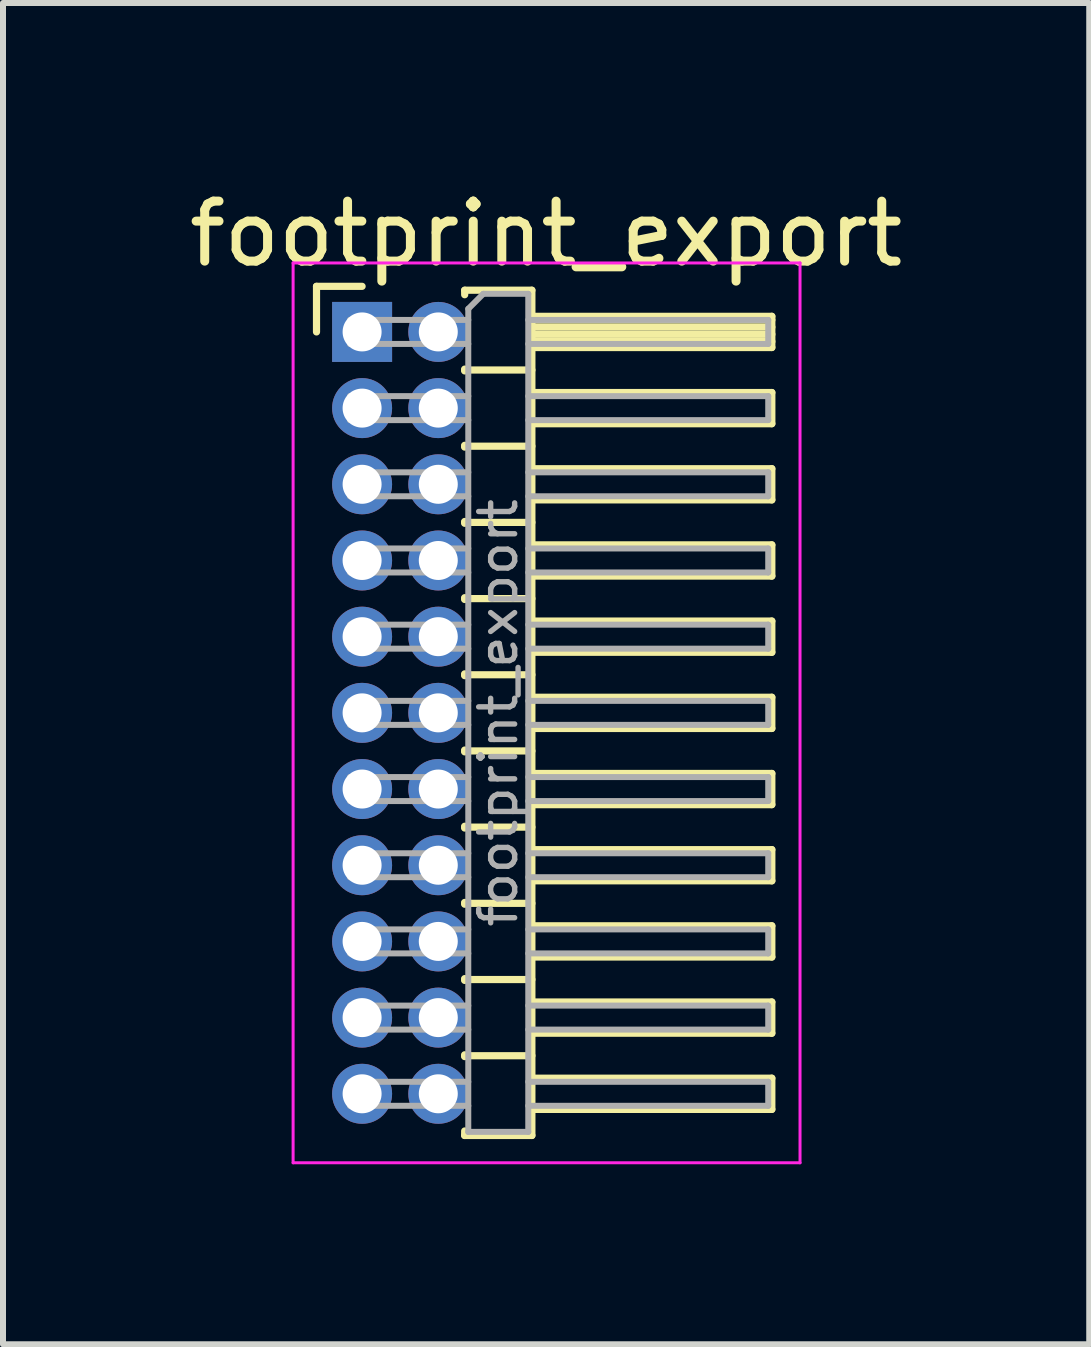
<source format=kicad_pcb>
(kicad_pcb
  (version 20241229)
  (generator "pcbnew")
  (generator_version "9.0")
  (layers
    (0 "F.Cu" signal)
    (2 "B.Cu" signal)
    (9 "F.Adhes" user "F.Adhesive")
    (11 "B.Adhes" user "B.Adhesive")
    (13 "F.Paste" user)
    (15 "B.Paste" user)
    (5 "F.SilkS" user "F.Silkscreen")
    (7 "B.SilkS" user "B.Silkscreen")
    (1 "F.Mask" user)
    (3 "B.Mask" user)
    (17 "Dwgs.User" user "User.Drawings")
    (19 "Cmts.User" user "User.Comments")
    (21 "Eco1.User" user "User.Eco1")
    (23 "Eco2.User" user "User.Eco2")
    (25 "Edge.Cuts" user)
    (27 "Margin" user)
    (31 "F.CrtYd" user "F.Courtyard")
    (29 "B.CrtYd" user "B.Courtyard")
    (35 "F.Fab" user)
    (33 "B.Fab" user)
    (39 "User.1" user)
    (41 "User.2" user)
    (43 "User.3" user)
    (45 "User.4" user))
  (footprint "footprint_export"
    (layer "F.Cu")
    (at 2.986 2.483)
    (property "Reference" "footprint_export" (at 3.067 -1.635 0) (layer "F.SilkS") (effects (font (size 1 1) (thickness 0.15))))
    (attr through_hole)
    (fp_line (start -0.76 -0.76) (end 0 -0.76) (stroke (width 0.12) (type solid)) (layer "F.SilkS"))
    (fp_line (start -0.76 0) (end -0.76 -0.76) (stroke (width 0.12) (type solid)) (layer "F.SilkS"))
    (fp_line (start 1.71 -0.695) (end 2.83 -0.695) (stroke (width 0.12) (type solid)) (layer "F.SilkS"))
    (fp_line (start 1.71 -0.62) (end 1.71 -0.695) (stroke (width 0.12) (type solid)) (layer "F.SilkS"))
    (fp_line (start 1.71 0.62) (end 1.71 0.65) (stroke (width 0.12) (type solid)) (layer "F.SilkS"))
    (fp_line (start 1.71 0.635) (end 2.83 0.635) (stroke (width 0.12) (type solid)) (layer "F.SilkS"))
    (fp_line (start 1.71 1.89) (end 1.71 1.92) (stroke (width 0.12) (type solid)) (layer "F.SilkS"))
    (fp_line (start 1.71 1.905) (end 2.83 1.905) (stroke (width 0.12) (type solid)) (layer "F.SilkS"))
    (fp_line (start 1.71 3.16) (end 1.71 3.19) (stroke (width 0.12) (type solid)) (layer "F.SilkS"))
    (fp_line (start 1.71 3.175) (end 2.83 3.175) (stroke (width 0.12) (type solid)) (layer "F.SilkS"))
    (fp_line (start 1.71 4.43) (end 1.71 4.46) (stroke (width 0.12) (type solid)) (layer "F.SilkS"))
    (fp_line (start 1.71 4.445) (end 2.83 4.445) (stroke (width 0.12) (type solid)) (layer "F.SilkS"))
    (fp_line (start 1.71 5.7) (end 1.71 5.73) (stroke (width 0.12) (type solid)) (layer "F.SilkS"))
    (fp_line (start 1.71 5.715) (end 2.83 5.715) (stroke (width 0.12) (type solid)) (layer "F.SilkS"))
    (fp_line (start 1.71 6.97) (end 1.71 7) (stroke (width 0.12) (type solid)) (layer "F.SilkS"))
    (fp_line (start 1.71 6.985) (end 2.83 6.985) (stroke (width 0.12) (type solid)) (layer "F.SilkS"))
    (fp_line (start 1.71 8.24) (end 1.71 8.27) (stroke (width 0.12) (type solid)) (layer "F.SilkS"))
    (fp_line (start 1.71 8.255) (end 2.83 8.255) (stroke (width 0.12) (type solid)) (layer "F.SilkS"))
    (fp_line (start 1.71 9.51) (end 1.71 9.54) (stroke (width 0.12) (type solid)) (layer "F.SilkS"))
    (fp_line (start 1.71 9.525) (end 2.83 9.525) (stroke (width 0.12) (type solid)) (layer "F.SilkS"))
    (fp_line (start 1.71 10.78) (end 1.71 10.81) (stroke (width 0.12) (type solid)) (layer "F.SilkS"))
    (fp_line (start 1.71 10.795) (end 2.83 10.795) (stroke (width 0.12) (type solid)) (layer "F.SilkS"))
    (fp_line (start 1.71 12.05) (end 1.71 12.08) (stroke (width 0.12) (type solid)) (layer "F.SilkS"))
    (fp_line (start 1.71 12.065) (end 2.83 12.065) (stroke (width 0.12) (type solid)) (layer "F.SilkS"))
    (fp_line (start 1.71 13.395) (end 1.71 13.32) (stroke (width 0.12) (type solid)) (layer "F.SilkS"))
    (fp_line (start 2.83 -0.695) (end 2.83 13.395) (stroke (width 0.12) (type solid)) (layer "F.SilkS"))
    (fp_line (start 2.83 -0.26) (end 6.83 -0.26) (stroke (width 0.12) (type solid)) (layer "F.SilkS"))
    (fp_line (start 2.83 -0.2) (end 6.83 -0.2) (stroke (width 0.12) (type solid)) (layer "F.SilkS"))
    (fp_line (start 2.83 -0.08) (end 6.83 -0.08) (stroke (width 0.12) (type solid)) (layer "F.SilkS"))
    (fp_line (start 2.83 0.04) (end 6.83 0.04) (stroke (width 0.12) (type solid)) (layer "F.SilkS"))
    (fp_line (start 2.83 0.16) (end 6.83 0.16) (stroke (width 0.12) (type solid)) (layer "F.SilkS"))
    (fp_line (start 2.83 1.01) (end 6.83 1.01) (stroke (width 0.12) (type solid)) (layer "F.SilkS"))
    (fp_line (start 2.83 2.28) (end 6.83 2.28) (stroke (width 0.12) (type solid)) (layer "F.SilkS"))
    (fp_line (start 2.83 3.55) (end 6.83 3.55) (stroke (width 0.12) (type solid)) (layer "F.SilkS"))
    (fp_line (start 2.83 4.82) (end 6.83 4.82) (stroke (width 0.12) (type solid)) (layer "F.SilkS"))
    (fp_line (start 2.83 6.09) (end 6.83 6.09) (stroke (width 0.12) (type solid)) (layer "F.SilkS"))
    (fp_line (start 2.83 7.36) (end 6.83 7.36) (stroke (width 0.12) (type solid)) (layer "F.SilkS"))
    (fp_line (start 2.83 8.63) (end 6.83 8.63) (stroke (width 0.12) (type solid)) (layer "F.SilkS"))
    (fp_line (start 2.83 9.9) (end 6.83 9.9) (stroke (width 0.12) (type solid)) (layer "F.SilkS"))
    (fp_line (start 2.83 11.17) (end 6.83 11.17) (stroke (width 0.12) (type solid)) (layer "F.SilkS"))
    (fp_line (start 2.83 12.44) (end 6.83 12.44) (stroke (width 0.12) (type solid)) (layer "F.SilkS"))
    (fp_line (start 2.83 13.395) (end 1.71 13.395) (stroke (width 0.12) (type solid)) (layer "F.SilkS"))
    (fp_line (start 6.83 -0.26) (end 6.83 0.26) (stroke (width 0.12) (type solid)) (layer "F.SilkS"))
    (fp_line (start 6.83 0.26) (end 2.83 0.26) (stroke (width 0.12) (type solid)) (layer "F.SilkS"))
    (fp_line (start 6.83 1.01) (end 6.83 1.53) (stroke (width 0.12) (type solid)) (layer "F.SilkS"))
    (fp_line (start 6.83 1.53) (end 2.83 1.53) (stroke (width 0.12) (type solid)) (layer "F.SilkS"))
    (fp_line (start 6.83 2.28) (end 6.83 2.8) (stroke (width 0.12) (type solid)) (layer "F.SilkS"))
    (fp_line (start 6.83 2.8) (end 2.83 2.8) (stroke (width 0.12) (type solid)) (layer "F.SilkS"))
    (fp_line (start 6.83 3.55) (end 6.83 4.07) (stroke (width 0.12) (type solid)) (layer "F.SilkS"))
    (fp_line (start 6.83 4.07) (end 2.83 4.07) (stroke (width 0.12) (type solid)) (layer "F.SilkS"))
    (fp_line (start 6.83 4.82) (end 6.83 5.34) (stroke (width 0.12) (type solid)) (layer "F.SilkS"))
    (fp_line (start 6.83 5.34) (end 2.83 5.34) (stroke (width 0.12) (type solid)) (layer "F.SilkS"))
    (fp_line (start 6.83 6.09) (end 6.83 6.61) (stroke (width 0.12) (type solid)) (layer "F.SilkS"))
    (fp_line (start 6.83 6.61) (end 2.83 6.61) (stroke (width 0.12) (type solid)) (layer "F.SilkS"))
    (fp_line (start 6.83 7.36) (end 6.83 7.88) (stroke (width 0.12) (type solid)) (layer "F.SilkS"))
    (fp_line (start 6.83 7.88) (end 2.83 7.88) (stroke (width 0.12) (type solid)) (layer "F.SilkS"))
    (fp_line (start 6.83 8.63) (end 6.83 9.15) (stroke (width 0.12) (type solid)) (layer "F.SilkS"))
    (fp_line (start 6.83 9.15) (end 2.83 9.15) (stroke (width 0.12) (type solid)) (layer "F.SilkS"))
    (fp_line (start 6.83 9.9) (end 6.83 10.42) (stroke (width 0.12) (type solid)) (layer "F.SilkS"))
    (fp_line (start 6.83 10.42) (end 2.83 10.42) (stroke (width 0.12) (type solid)) (layer "F.SilkS"))
    (fp_line (start 6.83 11.17) (end 6.83 11.69) (stroke (width 0.12) (type solid)) (layer "F.SilkS"))
    (fp_line (start 6.83 11.69) (end 2.83 11.69) (stroke (width 0.12) (type solid)) (layer "F.SilkS"))
    (fp_line (start 6.83 12.44) (end 6.83 12.96) (stroke (width 0.12) (type solid)) (layer "F.SilkS"))
    (fp_line (start 6.83 12.96) (end 2.83 12.96) (stroke (width 0.12) (type solid)) (layer "F.SilkS"))
    (fp_line (start -1.15 -1.15) (end -1.15 13.85) (stroke (width 0.05) (type solid)) (layer "F.CrtYd"))
    (fp_line (start -1.15 13.85) (end 7.3 13.85) (stroke (width 0.05) (type solid)) (layer "F.CrtYd"))
    (fp_line (start 7.3 -1.15) (end -1.15 -1.15) (stroke (width 0.05) (type solid)) (layer "F.CrtYd"))
    (fp_line (start 7.3 13.85) (end 7.3 -1.15) (stroke (width 0.05) (type solid)) (layer "F.CrtYd"))
    (fp_line (start -0.2 -0.2) (end -0.2 0.2) (stroke (width 0.1) (type solid)) (layer "F.Fab"))
    (fp_line (start -0.2 -0.2) (end 1.77 -0.2) (stroke (width 0.1) (type solid)) (layer "F.Fab"))
    (fp_line (start -0.2 0.2) (end 1.77 0.2) (stroke (width 0.1) (type solid)) (layer "F.Fab"))
    (fp_line (start -0.2 1.07) (end -0.2 1.47) (stroke (width 0.1) (type solid)) (layer "F.Fab"))
    (fp_line (start -0.2 1.07) (end 1.77 1.07) (stroke (width 0.1) (type solid)) (layer "F.Fab"))
    (fp_line (start -0.2 1.47) (end 1.77 1.47) (stroke (width 0.1) (type solid)) (layer "F.Fab"))
    (fp_line (start -0.2 2.34) (end -0.2 2.74) (stroke (width 0.1) (type solid)) (layer "F.Fab"))
    (fp_line (start -0.2 2.34) (end 1.77 2.34) (stroke (width 0.1) (type solid)) (layer "F.Fab"))
    (fp_line (start -0.2 2.74) (end 1.77 2.74) (stroke (width 0.1) (type solid)) (layer "F.Fab"))
    (fp_line (start -0.2 3.61) (end -0.2 4.01) (stroke (width 0.1) (type solid)) (layer "F.Fab"))
    (fp_line (start -0.2 3.61) (end 1.77 3.61) (stroke (width 0.1) (type solid)) (layer "F.Fab"))
    (fp_line (start -0.2 4.01) (end 1.77 4.01) (stroke (width 0.1) (type solid)) (layer "F.Fab"))
    (fp_line (start -0.2 4.88) (end -0.2 5.28) (stroke (width 0.1) (type solid)) (layer "F.Fab"))
    (fp_line (start -0.2 4.88) (end 1.77 4.88) (stroke (width 0.1) (type solid)) (layer "F.Fab"))
    (fp_line (start -0.2 5.28) (end 1.77 5.28) (stroke (width 0.1) (type solid)) (layer "F.Fab"))
    (fp_line (start -0.2 6.15) (end -0.2 6.55) (stroke (width 0.1) (type solid)) (layer "F.Fab"))
    (fp_line (start -0.2 6.15) (end 1.77 6.15) (stroke (width 0.1) (type solid)) (layer "F.Fab"))
    (fp_line (start -0.2 6.55) (end 1.77 6.55) (stroke (width 0.1) (type solid)) (layer "F.Fab"))
    (fp_line (start -0.2 7.42) (end -0.2 7.82) (stroke (width 0.1) (type solid)) (layer "F.Fab"))
    (fp_line (start -0.2 7.42) (end 1.77 7.42) (stroke (width 0.1) (type solid)) (layer "F.Fab"))
    (fp_line (start -0.2 7.82) (end 1.77 7.82) (stroke (width 0.1) (type solid)) (layer "F.Fab"))
    (fp_line (start -0.2 8.69) (end -0.2 9.09) (stroke (width 0.1) (type solid)) (layer "F.Fab"))
    (fp_line (start -0.2 8.69) (end 1.77 8.69) (stroke (width 0.1) (type solid)) (layer "F.Fab"))
    (fp_line (start -0.2 9.09) (end 1.77 9.09) (stroke (width 0.1) (type solid)) (layer "F.Fab"))
    (fp_line (start -0.2 9.96) (end -0.2 10.36) (stroke (width 0.1) (type solid)) (layer "F.Fab"))
    (fp_line (start -0.2 9.96) (end 1.77 9.96) (stroke (width 0.1) (type solid)) (layer "F.Fab"))
    (fp_line (start -0.2 10.36) (end 1.77 10.36) (stroke (width 0.1) (type solid)) (layer "F.Fab"))
    (fp_line (start -0.2 11.23) (end -0.2 11.63) (stroke (width 0.1) (type solid)) (layer "F.Fab"))
    (fp_line (start -0.2 11.23) (end 1.77 11.23) (stroke (width 0.1) (type solid)) (layer "F.Fab"))
    (fp_line (start -0.2 11.63) (end 1.77 11.63) (stroke (width 0.1) (type solid)) (layer "F.Fab"))
    (fp_line (start -0.2 12.5) (end -0.2 12.9) (stroke (width 0.1) (type solid)) (layer "F.Fab"))
    (fp_line (start -0.2 12.5) (end 1.77 12.5) (stroke (width 0.1) (type solid)) (layer "F.Fab"))
    (fp_line (start -0.2 12.9) (end 1.77 12.9) (stroke (width 0.1) (type solid)) (layer "F.Fab"))
    (fp_line (start 1.77 -0.385) (end 2.02 -0.635) (stroke (width 0.1) (type solid)) (layer "F.Fab"))
    (fp_line (start 1.77 13.335) (end 1.77 -0.385) (stroke (width 0.1) (type solid)) (layer "F.Fab"))
    (fp_line (start 2.02 -0.635) (end 2.77 -0.635) (stroke (width 0.1) (type solid)) (layer "F.Fab"))
    (fp_line (start 2.77 -0.635) (end 2.77 13.335) (stroke (width 0.1) (type solid)) (layer "F.Fab"))
    (fp_line (start 2.77 -0.2) (end 6.77 -0.2) (stroke (width 0.1) (type solid)) (layer "F.Fab"))
    (fp_line (start 2.77 0.2) (end 6.77 0.2) (stroke (width 0.1) (type solid)) (layer "F.Fab"))
    (fp_line (start 2.77 1.07) (end 6.77 1.07) (stroke (width 0.1) (type solid)) (layer "F.Fab"))
    (fp_line (start 2.77 1.47) (end 6.77 1.47) (stroke (width 0.1) (type solid)) (layer "F.Fab"))
    (fp_line (start 2.77 2.34) (end 6.77 2.34) (stroke (width 0.1) (type solid)) (layer "F.Fab"))
    (fp_line (start 2.77 2.74) (end 6.77 2.74) (stroke (width 0.1) (type solid)) (layer "F.Fab"))
    (fp_line (start 2.77 3.61) (end 6.77 3.61) (stroke (width 0.1) (type solid)) (layer "F.Fab"))
    (fp_line (start 2.77 4.01) (end 6.77 4.01) (stroke (width 0.1) (type solid)) (layer "F.Fab"))
    (fp_line (start 2.77 4.88) (end 6.77 4.88) (stroke (width 0.1) (type solid)) (layer "F.Fab"))
    (fp_line (start 2.77 5.28) (end 6.77 5.28) (stroke (width 0.1) (type solid)) (layer "F.Fab"))
    (fp_line (start 2.77 6.15) (end 6.77 6.15) (stroke (width 0.1) (type solid)) (layer "F.Fab"))
    (fp_line (start 2.77 6.55) (end 6.77 6.55) (stroke (width 0.1) (type solid)) (layer "F.Fab"))
    (fp_line (start 2.77 7.42) (end 6.77 7.42) (stroke (width 0.1) (type solid)) (layer "F.Fab"))
    (fp_line (start 2.77 7.82) (end 6.77 7.82) (stroke (width 0.1) (type solid)) (layer "F.Fab"))
    (fp_line (start 2.77 8.69) (end 6.77 8.69) (stroke (width 0.1) (type solid)) (layer "F.Fab"))
    (fp_line (start 2.77 9.09) (end 6.77 9.09) (stroke (width 0.1) (type solid)) (layer "F.Fab"))
    (fp_line (start 2.77 9.96) (end 6.77 9.96) (stroke (width 0.1) (type solid)) (layer "F.Fab"))
    (fp_line (start 2.77 10.36) (end 6.77 10.36) (stroke (width 0.1) (type solid)) (layer "F.Fab"))
    (fp_line (start 2.77 11.23) (end 6.77 11.23) (stroke (width 0.1) (type solid)) (layer "F.Fab"))
    (fp_line (start 2.77 11.63) (end 6.77 11.63) (stroke (width 0.1) (type solid)) (layer "F.Fab"))
    (fp_line (start 2.77 12.5) (end 6.77 12.5) (stroke (width 0.1) (type solid)) (layer "F.Fab"))
    (fp_line (start 2.77 12.9) (end 6.77 12.9) (stroke (width 0.1) (type solid)) (layer "F.Fab"))
    (fp_line (start 2.77 13.335) (end 1.77 13.335) (stroke (width 0.1) (type solid)) (layer "F.Fab"))
    (fp_line (start 6.77 -0.2) (end 6.77 0.2) (stroke (width 0.1) (type solid)) (layer "F.Fab"))
    (fp_line (start 6.77 1.07) (end 6.77 1.47) (stroke (width 0.1) (type solid)) (layer "F.Fab"))
    (fp_line (start 6.77 2.34) (end 6.77 2.74) (stroke (width 0.1) (type solid)) (layer "F.Fab"))
    (fp_line (start 6.77 3.61) (end 6.77 4.01) (stroke (width 0.1) (type solid)) (layer "F.Fab"))
    (fp_line (start 6.77 4.88) (end 6.77 5.28) (stroke (width 0.1) (type solid)) (layer "F.Fab"))
    (fp_line (start 6.77 6.15) (end 6.77 6.55) (stroke (width 0.1) (type solid)) (layer "F.Fab"))
    (fp_line (start 6.77 7.42) (end 6.77 7.82) (stroke (width 0.1) (type solid)) (layer "F.Fab"))
    (fp_line (start 6.77 8.69) (end 6.77 9.09) (stroke (width 0.1) (type solid)) (layer "F.Fab"))
    (fp_line (start 6.77 9.96) (end 6.77 10.36) (stroke (width 0.1) (type solid)) (layer "F.Fab"))
    (fp_line (start 6.77 11.23) (end 6.77 11.63) (stroke (width 0.1) (type solid)) (layer "F.Fab"))
    (fp_line (start 6.77 12.5) (end 6.77 12.9) (stroke (width 0.1) (type solid)) (layer "F.Fab"))
    (fp_text user "${REFERENCE}" (at 2.27 6.35 90) (layer "F.Fab") (effects (font (size 0.6 0.6) (thickness 0.09))))
    (pad "1" thru_hole rect (at 0 0) (size 1 1) (drill 0.65) (layers "*.Cu" "*.Mask"))
    (pad "2" thru_hole oval (at 1.27 0) (size 1 1) (drill 0.65) (layers "*.Cu" "*.Mask"))
    (pad "3" thru_hole oval (at 0 1.27) (size 1 1) (drill 0.65) (layers "*.Cu" "*.Mask"))
    (pad "4" thru_hole oval (at 1.27 1.27) (size 1 1) (drill 0.65) (layers "*.Cu" "*.Mask"))
    (pad "5" thru_hole oval (at 0 2.54) (size 1 1) (drill 0.65) (layers "*.Cu" "*.Mask"))
    (pad "6" thru_hole oval (at 1.27 2.54) (size 1 1) (drill 0.65) (layers "*.Cu" "*.Mask"))
    (pad "7" thru_hole oval (at 0 3.81) (size 1 1) (drill 0.65) (layers "*.Cu" "*.Mask"))
    (pad "8" thru_hole oval (at 1.27 3.81) (size 1 1) (drill 0.65) (layers "*.Cu" "*.Mask"))
    (pad "9" thru_hole oval (at 0 5.08) (size 1 1) (drill 0.65) (layers "*.Cu" "*.Mask"))
    (pad "10" thru_hole oval (at 1.27 5.08) (size 1 1) (drill 0.65) (layers "*.Cu" "*.Mask"))
    (pad "11" thru_hole oval (at 0 6.35) (size 1 1) (drill 0.65) (layers "*.Cu" "*.Mask"))
    (pad "12" thru_hole oval (at 1.27 6.35) (size 1 1) (drill 0.65) (layers "*.Cu" "*.Mask"))
    (pad "13" thru_hole oval (at 0 7.62) (size 1 1) (drill 0.65) (layers "*.Cu" "*.Mask"))
    (pad "14" thru_hole oval (at 1.27 7.62) (size 1 1) (drill 0.65) (layers "*.Cu" "*.Mask"))
    (pad "15" thru_hole oval (at 0 8.89) (size 1 1) (drill 0.65) (layers "*.Cu" "*.Mask"))
    (pad "16" thru_hole oval (at 1.27 8.89) (size 1 1) (drill 0.65) (layers "*.Cu" "*.Mask"))
    (pad "17" thru_hole oval (at 0 10.16) (size 1 1) (drill 0.65) (layers "*.Cu" "*.Mask"))
    (pad "18" thru_hole oval (at 1.27 10.16) (size 1 1) (drill 0.65) (layers "*.Cu" "*.Mask"))
    (pad "19" thru_hole oval (at 0 11.43) (size 1 1) (drill 0.65) (layers "*.Cu" "*.Mask"))
    (pad "20" thru_hole oval (at 1.27 11.43) (size 1 1) (drill 0.65) (layers "*.Cu" "*.Mask"))
    (pad "21" thru_hole oval (at 0 12.7) (size 1 1) (drill 0.65) (layers "*.Cu" "*.Mask"))
    (pad "22" thru_hole oval (at 1.27 12.7) (size 1 1) (drill 0.65) (layers "*.Cu" "*.Mask")))
  (gr_rect
    (start -3 -3)
    (end 15.107 19.358)
    (stroke (width 0.1) (type default))
    (fill no)
    (layer "Edge.Cuts")))
</source>
